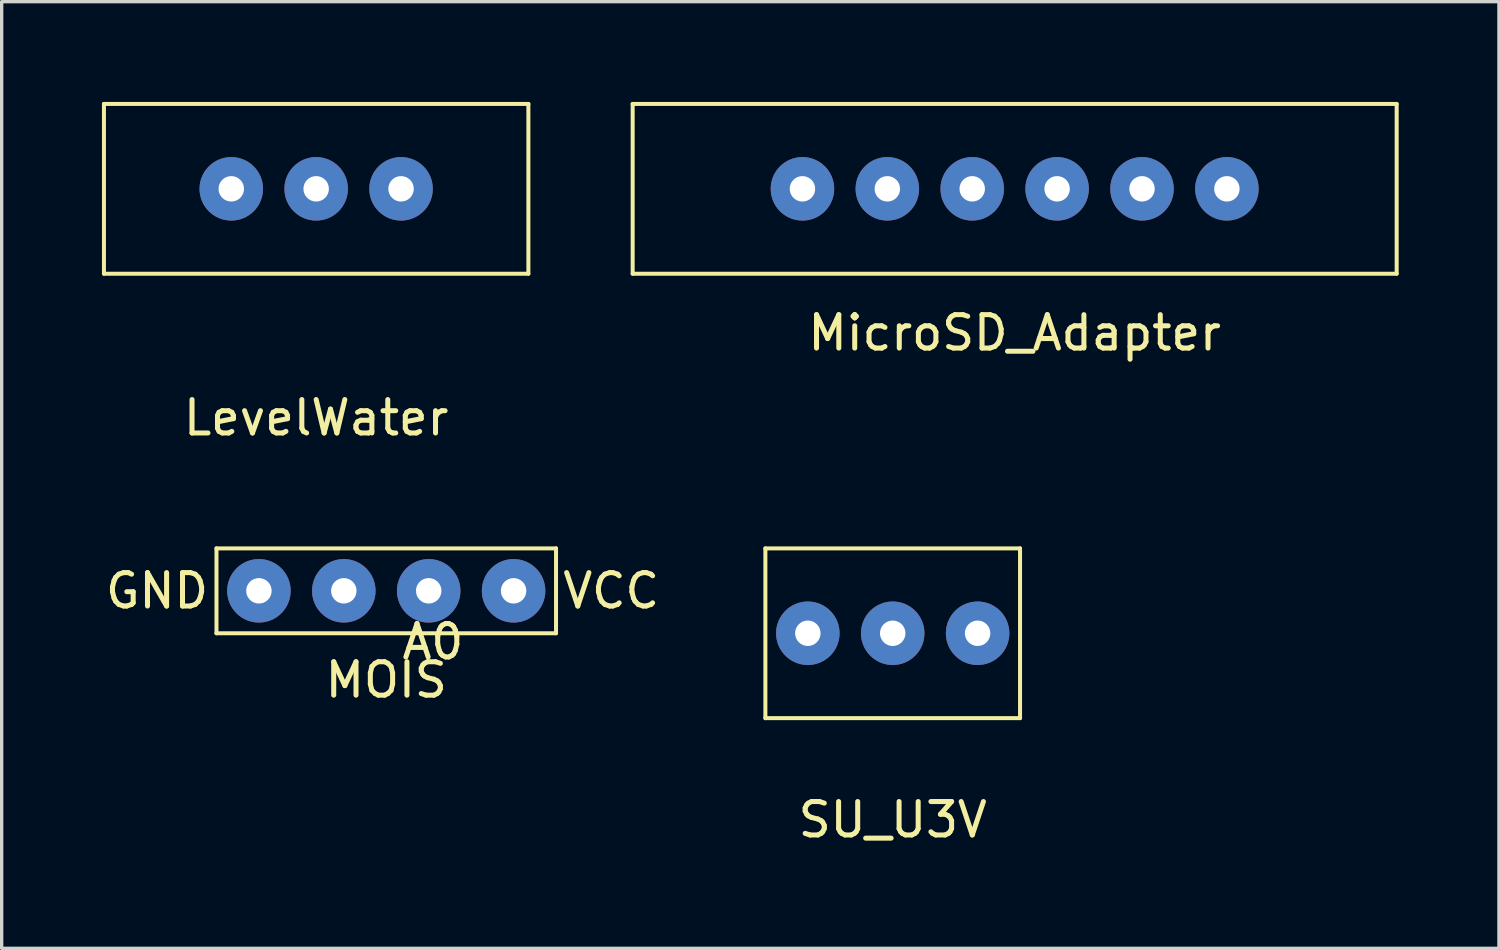
<source format=kicad_pcb>
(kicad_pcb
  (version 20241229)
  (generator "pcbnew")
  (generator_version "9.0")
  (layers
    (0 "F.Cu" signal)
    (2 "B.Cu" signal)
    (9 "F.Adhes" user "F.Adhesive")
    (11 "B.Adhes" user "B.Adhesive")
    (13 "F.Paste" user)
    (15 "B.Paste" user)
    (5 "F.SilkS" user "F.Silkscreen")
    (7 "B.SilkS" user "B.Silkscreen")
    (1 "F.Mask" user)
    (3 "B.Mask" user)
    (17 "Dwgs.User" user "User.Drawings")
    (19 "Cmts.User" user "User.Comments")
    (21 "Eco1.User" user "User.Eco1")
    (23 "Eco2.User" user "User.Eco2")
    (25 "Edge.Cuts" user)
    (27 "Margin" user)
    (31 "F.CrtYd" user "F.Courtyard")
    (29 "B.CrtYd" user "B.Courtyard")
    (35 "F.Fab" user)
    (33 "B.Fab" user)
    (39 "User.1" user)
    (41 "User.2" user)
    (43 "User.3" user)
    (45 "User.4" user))
  (footprint "MOIS"
    (layer "F.Cu")
    (at 8.507 14.628)
    (property "Reference" "MOIS" (at 0 2.667 0) (layer "F.SilkS") (effects (font (size 1 1) (thickness 0.15))))
    (attr through_hole)
    (fp_line (start -5.08 -1.27) (end -5.08 1.27) (stroke (width 0.12) (type solid)) (layer "F.SilkS"))
    (fp_line (start -5.08 -1.27) (end 5.08 -1.27) (stroke (width 0.12) (type solid)) (layer "F.SilkS"))
    (fp_line (start 5.08 -1.27) (end 5.08 1.27) (stroke (width 0.12) (type solid)) (layer "F.SilkS"))
    (fp_line (start 5.08 1.27) (end -5.08 1.27) (stroke (width 0.12) (type solid)) (layer "F.SilkS"))
    (fp_text user "A0" (at 1.397 1.524 0) (layer "F.SilkS") (effects (font (size 1 1) (thickness 0.15))))
    (fp_text user "VCC" (at 6.731 0 0) (layer "F.SilkS") (effects (font (size 1 1) (thickness 0.15))))
    (fp_text user "GND" (at -6.858 0 0) (layer "F.SilkS") (effects (font (size 1 1) (thickness 0.15))))
    (pad "1" thru_hole circle (at -3.81 0) (size 1.9 1.9) (drill 0.762) (layers "*.Cu" "*.Mask"))
    (pad "2" thru_hole circle (at -1.27 0) (size 1.9 1.9) (drill 0.762) (layers "*.Cu" "*.Mask"))
    (pad "3" thru_hole circle (at 1.27 0) (size 1.9 1.9) (drill 0.762) (layers "*.Cu" "*.Mask"))
    (pad "4" thru_hole circle (at 3.81 0) (size 1.9 1.9) (drill 0.762) (layers "*.Cu" "*.Mask")))
  (footprint "LevelWater"
    (layer "F.Cu")
    (at 6.41 2.6)
    (property "Reference" "LevelWater" (at 0 6.85 0) (layer "F.SilkS") (effects (font (size 1 1) (thickness 0.15))))
    (attr through_hole)
    (fp_line (start -6.35 -2.54) (end 6.35 -2.54) (stroke (width 0.12) (type solid)) (layer "F.SilkS"))
    (fp_line (start -6.35 2.54) (end -6.35 -2.54) (stroke (width 0.12) (type solid)) (layer "F.SilkS"))
    (fp_line (start 6.35 -2.54) (end 6.35 2.54) (stroke (width 0.12) (type solid)) (layer "F.SilkS"))
    (fp_line (start 6.35 2.54) (end -6.35 2.54) (stroke (width 0.12) (type solid)) (layer "F.SilkS"))
    (pad "1" thru_hole circle (at -2.54 0) (size 1.9 1.9) (drill 0.762) (layers "*.Cu" "*.Mask"))
    (pad "2" thru_hole circle (at 0 0) (size 1.9 1.9) (drill 0.762) (layers "*.Cu" "*.Mask"))
    (pad "3" thru_hole circle (at 2.54 0) (size 1.9 1.9) (drill 0.762) (layers "*.Cu" "*.Mask")))
  (footprint "SU_U3V"
    (layer "F.Cu")
    (at 23.661 15.898)
    (property "Reference" "SU_U3V" (at 0 5.58 0) (layer "F.SilkS") (effects (font (size 1 1) (thickness 0.15))))
    (attr through_hole)
    (fp_line (start -3.81 -2.54) (end 3.81 -2.54) (stroke (width 0.12) (type solid)) (layer "F.SilkS"))
    (fp_line (start -3.81 2.54) (end -3.81 -2.54) (stroke (width 0.12) (type solid)) (layer "F.SilkS"))
    (fp_line (start 3.81 -2.54) (end 3.81 2.54) (stroke (width 0.12) (type solid)) (layer "F.SilkS"))
    (fp_line (start 3.81 2.54) (end -3.81 2.54) (stroke (width 0.12) (type solid)) (layer "F.SilkS"))
    (pad "1" thru_hole circle (at -2.54 0) (size 1.9 1.9) (drill 0.762) (layers "*.Cu" "*.Mask"))
    (pad "2" thru_hole circle (at 0 0) (size 1.9 1.9) (drill 0.762) (layers "*.Cu" "*.Mask"))
    (pad "3" thru_hole circle (at 2.54 0) (size 1.9 1.9) (drill 0.762) (layers "*.Cu" "*.Mask")))
  (footprint "MicroSD_Adapter"
    (layer "F.Cu")
    (at 27.31 2.6)
    (property "Reference" "MicroSD_Adapter" (at 0 4.31 0) (layer "F.SilkS") (effects (font (size 1 1) (thickness 0.15))))
    (attr through_hole)
    (fp_line (start -11.43 -2.54) (end 11.43 -2.54) (stroke (width 0.12) (type solid)) (layer "F.SilkS"))
    (fp_line (start -11.43 2.54) (end -11.43 -2.54) (stroke (width 0.12) (type solid)) (layer "F.SilkS"))
    (fp_line (start 11.43 -2.54) (end 11.43 2.54) (stroke (width 0.12) (type solid)) (layer "F.SilkS"))
    (fp_line (start 11.43 2.54) (end -11.43 2.54) (stroke (width 0.12) (type solid)) (layer "F.SilkS"))
    (pad "1" thru_hole circle (at -6.35 0) (size 1.9 1.9) (drill 0.762) (layers "*.Cu" "*.Mask"))
    (pad "2" thru_hole circle (at -3.81 0) (size 1.9 1.9) (drill 0.762) (layers "*.Cu" "*.Mask"))
    (pad "3" thru_hole circle (at -1.27 0) (size 1.9 1.9) (drill 0.762) (layers "*.Cu" "*.Mask"))
    (pad "4" thru_hole circle (at 1.27 0) (size 1.9 1.9) (drill 0.762) (layers "*.Cu" "*.Mask"))
    (pad "5" thru_hole circle (at 3.81 0) (size 1.9 1.9) (drill 0.762) (layers "*.Cu" "*.Mask"))
    (pad "6" thru_hole circle (at 6.35 0) (size 1.9 1.9) (drill 0.762) (layers "*.Cu" "*.Mask")))
  (gr_rect
    (start -3 -3)
    (end 41.8 25.326)
    (stroke (width 0.1) (type default))
    (fill no)
    (layer "Edge.Cuts")))
</source>
